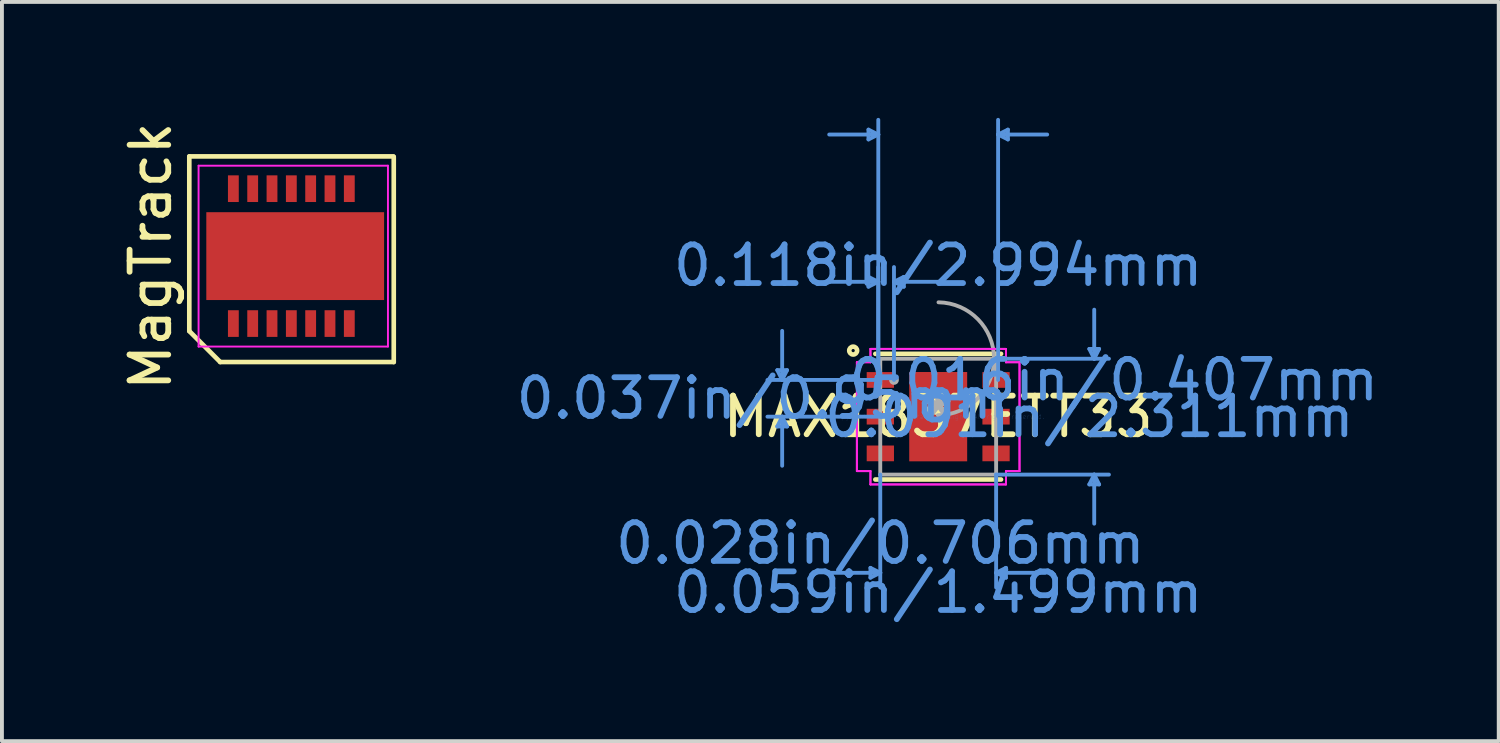
<source format=kicad_pcb>
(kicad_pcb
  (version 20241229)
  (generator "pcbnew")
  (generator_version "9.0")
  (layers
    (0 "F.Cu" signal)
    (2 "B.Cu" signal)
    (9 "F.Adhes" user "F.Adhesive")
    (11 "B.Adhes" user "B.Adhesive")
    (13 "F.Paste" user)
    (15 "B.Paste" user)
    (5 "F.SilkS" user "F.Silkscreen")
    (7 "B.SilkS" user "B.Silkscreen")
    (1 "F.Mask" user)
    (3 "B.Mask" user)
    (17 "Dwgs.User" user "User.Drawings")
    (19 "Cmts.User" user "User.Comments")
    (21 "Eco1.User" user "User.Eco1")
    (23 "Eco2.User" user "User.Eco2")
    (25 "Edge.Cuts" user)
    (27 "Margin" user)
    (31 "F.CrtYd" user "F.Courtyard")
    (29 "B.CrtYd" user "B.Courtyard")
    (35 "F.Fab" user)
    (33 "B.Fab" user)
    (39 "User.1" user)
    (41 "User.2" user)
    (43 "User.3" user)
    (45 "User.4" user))
  (footprint "MAX1837ETT33"
    (layer "F.Cu")
    (at 21.225 7.731)
    (property "Reference" "MAX1837ETT33" (at 0 0 0) (layer "F.SilkS") (effects (font (size 1 1) (thickness 0.15))))
    (attr through_hole)
    (fp_line (start -1.626 1.626) (end 1.626 1.626) (stroke (width 0.12) (type solid)) (layer "F.SilkS"))
    (fp_line (start 1.626 -1.626) (end -1.626 -1.626) (stroke (width 0.12) (type solid)) (layer "F.SilkS"))
    (fp_circle (center -2.2 -1.71) (end -2.098 -1.71) (stroke (width 0.12) (type solid)) (fill no) (layer "F.SilkS"))
    (fp_line (start -4.164 -1.204) (end -3.91 -1.204) (stroke (width 0.1) (type solid)) (layer "Cmts.User"))
    (fp_line (start -4.164 0.254) (end -3.91 0.254) (stroke (width 0.1) (type solid)) (layer "Cmts.User"))
    (fp_line (start -4.037 -0.95) (end -4.164 -1.204) (stroke (width 0.1) (type solid)) (layer "Cmts.User"))
    (fp_line (start -4.037 -0.95) (end -4.037 -2.22) (stroke (width 0.1) (type solid)) (layer "Cmts.User"))
    (fp_line (start -4.037 -0.95) (end -3.91 -1.204) (stroke (width 0.1) (type solid)) (layer "Cmts.User"))
    (fp_line (start -4.037 0) (end -4.164 0.254) (stroke (width 0.1) (type solid)) (layer "Cmts.User"))
    (fp_line (start -4.037 0) (end -4.037 1.27) (stroke (width 0.1) (type solid)) (layer "Cmts.User"))
    (fp_line (start -4.037 0) (end -3.91 0.254) (stroke (width 0.1) (type solid)) (layer "Cmts.User"))
    (fp_line (start -1.804 -7.427) (end -1.804 -7.173) (stroke (width 0.1) (type solid)) (layer "Cmts.User"))
    (fp_line (start -1.804 -3.617) (end -1.804 -3.363) (stroke (width 0.1) (type solid)) (layer "Cmts.User"))
    (fp_line (start -1.753 3.912) (end -1.753 4.166) (stroke (width 0.1) (type solid)) (layer "Cmts.User"))
    (fp_line (start -1.55 -7.3) (end -2.82 -7.3) (stroke (width 0.1) (type solid)) (layer "Cmts.User"))
    (fp_line (start -1.55 -7.3) (end -1.804 -7.427) (stroke (width 0.1) (type solid)) (layer "Cmts.User"))
    (fp_line (start -1.55 -7.3) (end -1.804 -7.173) (stroke (width 0.1) (type solid)) (layer "Cmts.User"))
    (fp_line (start -1.55 -3.49) (end -2.82 -3.49) (stroke (width 0.1) (type solid)) (layer "Cmts.User"))
    (fp_line (start -1.55 -3.49) (end -1.804 -3.617) (stroke (width 0.1) (type solid)) (layer "Cmts.User"))
    (fp_line (start -1.55 -3.49) (end -1.804 -3.363) (stroke (width 0.1) (type solid)) (layer "Cmts.User"))
    (fp_line (start -1.55 -0.95) (end -1.55 -7.681) (stroke (width 0.1) (type solid)) (layer "Cmts.User"))
    (fp_line (start -1.55 -0.95) (end -1.55 -3.871) (stroke (width 0.1) (type solid)) (layer "Cmts.User"))
    (fp_line (start -1.499 1.499) (end -1.499 4.42) (stroke (width 0.1) (type solid)) (layer "Cmts.User"))
    (fp_line (start -1.499 4.039) (end -2.769 4.039) (stroke (width 0.1) (type solid)) (layer "Cmts.User"))
    (fp_line (start -1.499 4.039) (end -1.753 3.912) (stroke (width 0.1) (type solid)) (layer "Cmts.User"))
    (fp_line (start -1.499 4.039) (end -1.753 4.166) (stroke (width 0.1) (type solid)) (layer "Cmts.User"))
    (fp_line (start -1.497 -0.95) (end -4.418 -0.95) (stroke (width 0.1) (type solid)) (layer "Cmts.User"))
    (fp_line (start -1.497 0) (end -4.418 0) (stroke (width 0.1) (type solid)) (layer "Cmts.User"))
    (fp_line (start -1.144 -3.49) (end -0.89 -3.617) (stroke (width 0.1) (type solid)) (layer "Cmts.User"))
    (fp_line (start -1.144 -3.49) (end -0.89 -3.363) (stroke (width 0.1) (type solid)) (layer "Cmts.User"))
    (fp_line (start -1.144 -3.49) (end 0.126 -3.49) (stroke (width 0.1) (type solid)) (layer "Cmts.User"))
    (fp_line (start -1.144 -0.95) (end -1.144 -3.871) (stroke (width 0.1) (type solid)) (layer "Cmts.User"))
    (fp_line (start -0.89 -3.617) (end -0.89 -3.363) (stroke (width 0.1) (type solid)) (layer "Cmts.User"))
    (fp_line (start 1.499 -1.499) (end 4.418 -1.499) (stroke (width 0.1) (type solid)) (layer "Cmts.User"))
    (fp_line (start 1.499 1.499) (end 1.499 4.42) (stroke (width 0.1) (type solid)) (layer "Cmts.User"))
    (fp_line (start 1.499 1.499) (end 4.418 1.499) (stroke (width 0.1) (type solid)) (layer "Cmts.User"))
    (fp_line (start 1.499 4.039) (end 1.753 3.912) (stroke (width 0.1) (type solid)) (layer "Cmts.User"))
    (fp_line (start 1.499 4.039) (end 1.753 4.166) (stroke (width 0.1) (type solid)) (layer "Cmts.User"))
    (fp_line (start 1.499 4.039) (end 2.769 4.039) (stroke (width 0.1) (type solid)) (layer "Cmts.User"))
    (fp_line (start 1.55 -7.3) (end 1.804 -7.427) (stroke (width 0.1) (type solid)) (layer "Cmts.User"))
    (fp_line (start 1.55 -7.3) (end 1.804 -7.173) (stroke (width 0.1) (type solid)) (layer "Cmts.User"))
    (fp_line (start 1.55 -7.3) (end 2.82 -7.3) (stroke (width 0.1) (type solid)) (layer "Cmts.User"))
    (fp_line (start 1.55 -0.95) (end 1.55 -7.681) (stroke (width 0.1) (type solid)) (layer "Cmts.User"))
    (fp_line (start 1.753 3.912) (end 1.753 4.166) (stroke (width 0.1) (type solid)) (layer "Cmts.User"))
    (fp_line (start 1.804 -7.427) (end 1.804 -7.173) (stroke (width 0.1) (type solid)) (layer "Cmts.User"))
    (fp_line (start 3.91 -1.753) (end 4.164 -1.753) (stroke (width 0.1) (type solid)) (layer "Cmts.User"))
    (fp_line (start 3.91 1.753) (end 4.164 1.753) (stroke (width 0.1) (type solid)) (layer "Cmts.User"))
    (fp_line (start 4.037 -1.499) (end 3.91 -1.753) (stroke (width 0.1) (type solid)) (layer "Cmts.User"))
    (fp_line (start 4.037 -1.499) (end 4.037 -2.769) (stroke (width 0.1) (type solid)) (layer "Cmts.User"))
    (fp_line (start 4.037 -1.499) (end 4.164 -1.753) (stroke (width 0.1) (type solid)) (layer "Cmts.User"))
    (fp_line (start 4.037 1.499) (end 3.91 1.753) (stroke (width 0.1) (type solid)) (layer "Cmts.User"))
    (fp_line (start 4.037 1.499) (end 4.037 2.769) (stroke (width 0.1) (type solid)) (layer "Cmts.User"))
    (fp_line (start 4.037 1.499) (end 4.164 1.753) (stroke (width 0.1) (type solid)) (layer "Cmts.User"))
    (fp_line (start -2.104 -1.408) (end -1.753 -1.408) (stroke (width 0.05) (type solid)) (layer "F.CrtYd"))
    (fp_line (start -2.104 -1.408) (end -1.753 -1.408) (stroke (width 0.05) (type solid)) (layer "F.CrtYd"))
    (fp_line (start -2.104 1.408) (end -2.104 -1.408) (stroke (width 0.05) (type solid)) (layer "F.CrtYd"))
    (fp_line (start -2.104 1.408) (end -2.104 -1.408) (stroke (width 0.05) (type solid)) (layer "F.CrtYd"))
    (fp_line (start -2.104 1.408) (end -1.753 1.408) (stroke (width 0.05) (type solid)) (layer "F.CrtYd"))
    (fp_line (start -1.753 -1.753) (end 1.753 -1.753) (stroke (width 0.05) (type solid)) (layer "F.CrtYd"))
    (fp_line (start -1.753 -1.753) (end 1.753 -1.753) (stroke (width 0.05) (type solid)) (layer "F.CrtYd"))
    (fp_line (start -1.753 -1.408) (end -1.753 -1.753) (stroke (width 0.05) (type solid)) (layer "F.CrtYd"))
    (fp_line (start -1.753 -1.408) (end -1.753 -1.753) (stroke (width 0.05) (type solid)) (layer "F.CrtYd"))
    (fp_line (start -1.753 1.408) (end -2.104 1.408) (stroke (width 0.05) (type solid)) (layer "F.CrtYd"))
    (fp_line (start -1.753 1.753) (end -1.753 1.408) (stroke (width 0.05) (type solid)) (layer "F.CrtYd"))
    (fp_line (start -1.753 1.753) (end -1.753 1.408) (stroke (width 0.05) (type solid)) (layer "F.CrtYd"))
    (fp_line (start 1.753 -1.753) (end 1.753 -1.408) (stroke (width 0.05) (type solid)) (layer "F.CrtYd"))
    (fp_line (start 1.753 -1.753) (end 1.753 -1.408) (stroke (width 0.05) (type solid)) (layer "F.CrtYd"))
    (fp_line (start 1.753 -1.408) (end 2.104 -1.408) (stroke (width 0.05) (type solid)) (layer "F.CrtYd"))
    (fp_line (start 1.753 1.408) (end 1.753 1.753) (stroke (width 0.05) (type solid)) (layer "F.CrtYd"))
    (fp_line (start 1.753 1.408) (end 1.753 1.753) (stroke (width 0.05) (type solid)) (layer "F.CrtYd"))
    (fp_line (start 1.753 1.753) (end -1.753 1.753) (stroke (width 0.05) (type solid)) (layer "F.CrtYd"))
    (fp_line (start 1.753 1.753) (end -1.753 1.753) (stroke (width 0.05) (type solid)) (layer "F.CrtYd"))
    (fp_line (start 2.104 -1.408) (end 1.753 -1.408) (stroke (width 0.05) (type solid)) (layer "F.CrtYd"))
    (fp_line (start 2.104 -1.408) (end 2.104 1.408) (stroke (width 0.05) (type solid)) (layer "F.CrtYd"))
    (fp_line (start 2.104 -1.408) (end 2.104 1.408) (stroke (width 0.05) (type solid)) (layer "F.CrtYd"))
    (fp_line (start 2.104 1.408) (end 1.753 1.408) (stroke (width 0.05) (type solid)) (layer "F.CrtYd"))
    (fp_line (start 2.104 1.408) (end 1.753 1.408) (stroke (width 0.05) (type solid)) (layer "F.CrtYd"))
    (fp_line (start -1.499 -1.499) (end -1.499 1.499) (stroke (width 0.1) (type solid)) (layer "F.Fab"))
    (fp_line (start -1.499 1.499) (end 1.499 1.499) (stroke (width 0.1) (type solid)) (layer "F.Fab"))
    (fp_line (start 1.499 -1.499) (end -1.499 -1.499) (stroke (width 0.1) (type solid)) (layer "F.Fab"))
    (fp_line (start 1.499 1.499) (end 1.499 -1.499) (stroke (width 0.1) (type solid)) (layer "F.Fab"))
    (fp_arc (start 0.007742 -2.959136) (mid 1.460536 -1.490858) (end -0.007742 -0.038064) (stroke (width 0.1) (type solid)) (layer "F.Fab"))
    (fp_circle (center -1.144 -0.95) (end -1.067 -0.95) (stroke (width 0.1) (type solid)) (fill no) (layer "F.Fab"))
    (fp_text user "*" (at 0 0 0) (layer "F.SilkS") (effects (font (size 1 1) (thickness 0.15))))
    (fp_text user "0.091in/2.311mm" (at 3.912 0 0) (layer "Cmts.User") (effects (font (size 1 1) (thickness 0.15))))
    (fp_text user "0.059in/1.499mm" (at 0 4.547 0) (layer "Cmts.User") (effects (font (size 1 1) (thickness 0.15))))
    (fp_text user "0.016in/0.407mm" (at 4.545 -0.95 0) (layer "Cmts.User") (effects (font (size 1 1) (thickness 0.15))))
    (fp_text user "0.037in/0.95mm" (at -4.545 -0.475 0) (layer "Cmts.User") (effects (font (size 1 1) (thickness 0.15))))
    (fp_text user "Copyright 2021 Accelerated Designs. All rights reserved." (at 0 0 0) (layer "Cmts.User") (effects (font (size 0.127 0.127) (thickness 0.002))))
    (fp_text user "0.118in/2.994mm" (at 0 -3.912 0) (layer "Cmts.User") (effects (font (size 1 1) (thickness 0.15))))
    (fp_text user "0.028in/0.706mm" (at -1.497 3.277 0) (layer "Cmts.User") (effects (font (size 1 1) (thickness 0.15))))
    (fp_text user "*" (at 0 0 0) (layer "F.Fab") (effects (font (size 1 1) (thickness 0.15))))
    (pad "1" smd rect (at -1.497 -0.95) (size 0.706 0.407) (layers "F.Cu" "F.Mask" "F.Paste"))
    (pad "2" smd rect (at -1.497 0) (size 0.706 0.407) (layers "F.Cu" "F.Mask" "F.Paste"))
    (pad "3" smd rect (at -1.497 0.95) (size 0.706 0.407) (layers "F.Cu" "F.Mask" "F.Paste"))
    (pad "4" smd rect (at 1.497 0.95) (size 0.706 0.407) (layers "F.Cu" "F.Mask" "F.Paste"))
    (pad "5" smd rect (at 1.497 0) (size 0.706 0.407) (layers "F.Cu" "F.Mask" "F.Paste"))
    (pad "6" smd rect (at 1.497 -0.95) (size 0.706 0.407) (layers "F.Cu" "F.Mask" "F.Paste"))
    (pad "7" smd rect (at 0 0) (size 1.499 2.311) (layers "F.Cu" "F.Mask" "F.Paste")))
  (footprint "MagTrack"
    (layer "F.Cu")
    (at 4.488 3.577)
    (property "Reference" "MagTrack" (at -3.64 0 90) (layer "F.SilkS") (effects (font (size 1 1) (thickness 0.15))))
    (attr through_hole)
    (fp_line (start -2.64 -2.58) (end 2.64 -2.58) (stroke (width 0.12) (type solid)) (layer "F.SilkS"))
    (fp_line (start -2.64 1.94) (end -2.64 -2.58) (stroke (width 0.12) (type solid)) (layer "F.SilkS"))
    (fp_line (start -1.84 2.74) (end -2.64 1.94) (stroke (width 0.12) (type solid)) (layer "F.SilkS"))
    (fp_line (start 2.65 -2.57) (end 2.65 2.74) (stroke (width 0.12) (type solid)) (layer "F.SilkS"))
    (fp_line (start 2.65 2.74) (end -1.84 2.74) (stroke (width 0.12) (type solid)) (layer "F.SilkS"))
    (fp_line (start -2.4 -2.34) (end 2.5 -2.34) (stroke (width 0.05) (type solid)) (layer "F.CrtYd"))
    (fp_line (start -2.4 2.34) (end -2.4 -2.34) (stroke (width 0.05) (type solid)) (layer "F.CrtYd"))
    (fp_line (start 2.5 -2.34) (end 2.5 2.34) (stroke (width 0.05) (type solid)) (layer "F.CrtYd"))
    (fp_line (start 2.5 2.34) (end -2.4 2.34) (stroke (width 0.05) (type solid)) (layer "F.CrtYd"))
    (pad "1" smd rect (at -1.5 1.745) (size 0.28 0.69) (layers "F.Cu" "F.Mask" "F.Paste"))
    (pad "2" smd rect (at -1 1.745) (size 0.28 0.69) (layers "F.Cu" "F.Mask" "F.Paste"))
    (pad "3" smd rect (at -0.5 1.745) (size 0.28 0.69) (layers "F.Cu" "F.Mask" "F.Paste"))
    (pad "4" smd rect (at 0 1.745) (size 0.28 0.69) (layers "F.Cu" "F.Mask" "F.Paste"))
    (pad "5" smd rect (at 0.5 1.745) (size 0.28 0.69) (layers "F.Cu" "F.Mask" "F.Paste"))
    (pad "6" smd rect (at 1 1.745) (size 0.28 0.69) (layers "F.Cu" "F.Mask" "F.Paste"))
    (pad "7" smd rect (at 1.5 1.745) (size 0.28 0.69) (layers "F.Cu" "F.Mask" "F.Paste"))
    (pad "8" smd rect (at 1.5 -1.745) (size 0.28 0.69) (layers "F.Cu" "F.Mask" "F.Paste"))
    (pad "9" smd rect (at 1 -1.745) (size 0.28 0.69) (layers "F.Cu" "F.Mask" "F.Paste"))
    (pad "10" smd rect (at 0.5 -1.745) (size 0.28 0.69) (layers "F.Cu" "F.Mask" "F.Paste"))
    (pad "11" smd rect (at 0 -1.745) (size 0.28 0.69) (layers "F.Cu" "F.Mask" "F.Paste"))
    (pad "12" smd rect (at -0.5 -1.745) (size 0.28 0.69) (layers "F.Cu" "F.Mask" "F.Paste"))
    (pad "13" smd rect (at -1 -1.745) (size 0.28 0.69) (layers "F.Cu" "F.Mask" "F.Paste"))
    (pad "14" smd rect (at -1.5 -1.745) (size 0.28 0.69) (layers "F.Cu" "F.Mask" "F.Paste"))
    (pad "15" smd rect (at 0.1 0) (size 4.6 2.273) (layers "F.Cu" "F.Mask" "F.Paste")))
  (gr_rect
    (start -3 -3)
    (end 35.728 16.126)
    (stroke (width 0.1) (type default))
    (fill no)
    (layer "Edge.Cuts")))
</source>
